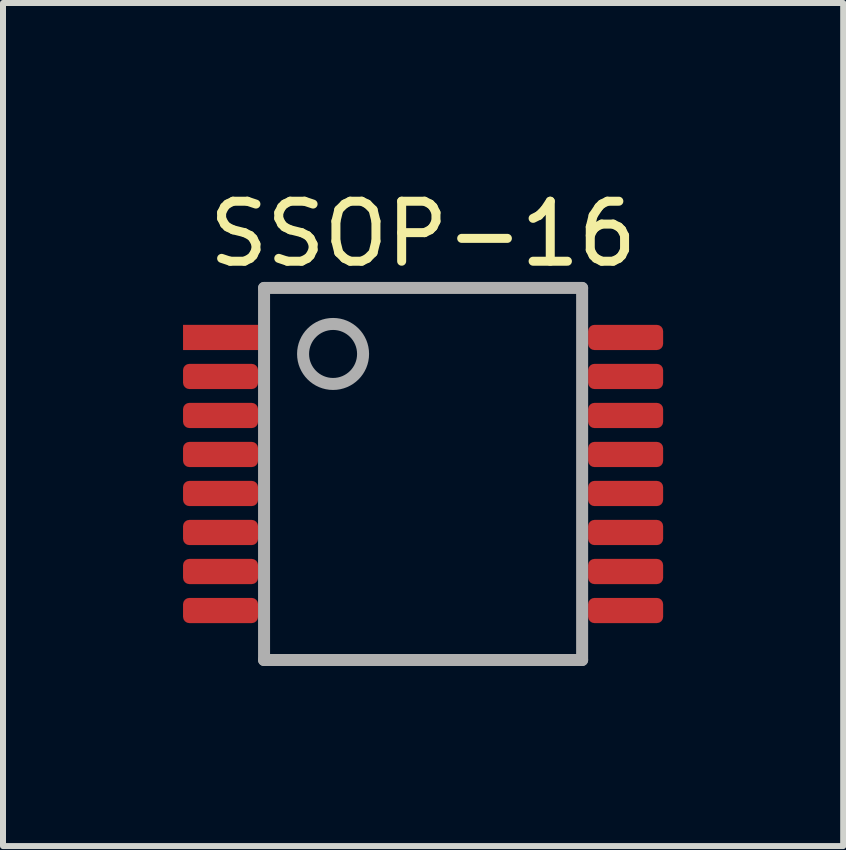
<source format=kicad_pcb>
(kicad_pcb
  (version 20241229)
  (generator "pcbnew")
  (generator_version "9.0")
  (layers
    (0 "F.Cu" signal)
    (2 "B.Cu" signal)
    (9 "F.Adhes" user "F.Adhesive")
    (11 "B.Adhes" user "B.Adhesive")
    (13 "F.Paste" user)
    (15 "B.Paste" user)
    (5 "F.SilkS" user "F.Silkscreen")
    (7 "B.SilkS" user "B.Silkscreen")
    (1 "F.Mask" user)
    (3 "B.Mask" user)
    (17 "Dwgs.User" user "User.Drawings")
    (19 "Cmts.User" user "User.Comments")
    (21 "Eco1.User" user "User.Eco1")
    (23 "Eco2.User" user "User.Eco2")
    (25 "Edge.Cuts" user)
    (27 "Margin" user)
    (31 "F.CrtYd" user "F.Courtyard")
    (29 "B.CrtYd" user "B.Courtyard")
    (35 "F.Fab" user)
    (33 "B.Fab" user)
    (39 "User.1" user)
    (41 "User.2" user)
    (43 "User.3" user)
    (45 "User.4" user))
  (footprint "SSOP-16"
    (layer "F.Cu")
    (at 4 4.848)
    (property "Reference" "SSOP-16" (at 0 -4 0) (layer "F.SilkS") (effects (font (size 1 1) (thickness 0.15))))
    (attr through_hole)
    (fp_line (start -2.65 -3.1) (end 2.65 -3.1) (stroke (width 0.2) (type solid)) (layer "F.Fab"))
    (fp_line (start -2.65 3.1) (end -2.65 -3.1) (stroke (width 0.2) (type solid)) (layer "F.Fab"))
    (fp_line (start -2.65 3.1) (end 2.65 3.1) (stroke (width 0.2) (type solid)) (layer "F.Fab"))
    (fp_line (start 2.65 3.1) (end 2.65 -3.1) (stroke (width 0.2) (type solid)) (layer "F.Fab"))
    (fp_circle (center -1.5 -2) (end -1 -2) (stroke (width 0.2) (type solid)) (fill no) (layer "F.Fab"))
    (pad "1" smd rect (at -3.375 -2.275) (size 1.25 0.42) (layers "F.Cu" "F.Mask" "F.Paste"))
    (pad "2" smd roundrect (at -3.375 -1.625) (size 1.25 0.42) (layers "F.Cu" "F.Mask" "F.Paste") (roundrect_rratio 0.25))
    (pad "3" smd roundrect (at -3.375 -0.975) (size 1.25 0.42) (layers "F.Cu" "F.Mask" "F.Paste") (roundrect_rratio 0.25))
    (pad "4" smd roundrect (at -3.375 -0.325) (size 1.25 0.42) (layers "F.Cu" "F.Mask" "F.Paste") (roundrect_rratio 0.25))
    (pad "5" smd roundrect (at -3.375 0.325) (size 1.25 0.42) (layers "F.Cu" "F.Mask" "F.Paste") (roundrect_rratio 0.25))
    (pad "6" smd roundrect (at -3.375 0.975) (size 1.25 0.42) (layers "F.Cu" "F.Mask" "F.Paste") (roundrect_rratio 0.25))
    (pad "7" smd roundrect (at -3.375 1.625) (size 1.25 0.42) (layers "F.Cu" "F.Mask" "F.Paste") (roundrect_rratio 0.25))
    (pad "8" smd roundrect (at -3.375 2.275) (size 1.25 0.42) (layers "F.Cu" "F.Mask" "F.Paste") (roundrect_rratio 0.25))
    (pad "9" smd roundrect (at 3.375 2.275) (size 1.25 0.42) (layers "F.Cu" "F.Mask" "F.Paste") (roundrect_rratio 0.25))
    (pad "10" smd roundrect (at 3.375 1.625) (size 1.25 0.42) (layers "F.Cu" "F.Mask" "F.Paste") (roundrect_rratio 0.25))
    (pad "11" smd roundrect (at 3.375 0.975) (size 1.25 0.42) (layers "F.Cu" "F.Mask" "F.Paste") (roundrect_rratio 0.25))
    (pad "12" smd roundrect (at 3.375 0.325) (size 1.25 0.42) (layers "F.Cu" "F.Mask" "F.Paste") (roundrect_rratio 0.25))
    (pad "13" smd roundrect (at 3.375 -0.325) (size 1.25 0.42) (layers "F.Cu" "F.Mask" "F.Paste") (roundrect_rratio 0.25))
    (pad "14" smd roundrect (at 3.375 -0.975) (size 1.25 0.42) (layers "F.Cu" "F.Mask" "F.Paste") (roundrect_rratio 0.25))
    (pad "15" smd roundrect (at 3.375 -1.625) (size 1.25 0.42) (layers "F.Cu" "F.Mask" "F.Paste") (roundrect_rratio 0.25))
    (pad "16" smd roundrect (at 3.375 -2.275) (size 1.25 0.42) (layers "F.Cu" "F.Mask" "F.Paste") (roundrect_rratio 0.25)))
  (gr_rect
    (start -3 -3)
    (end 11 11.048)
    (stroke (width 0.1) (type default))
    (fill no)
    (layer "Edge.Cuts")))
</source>
